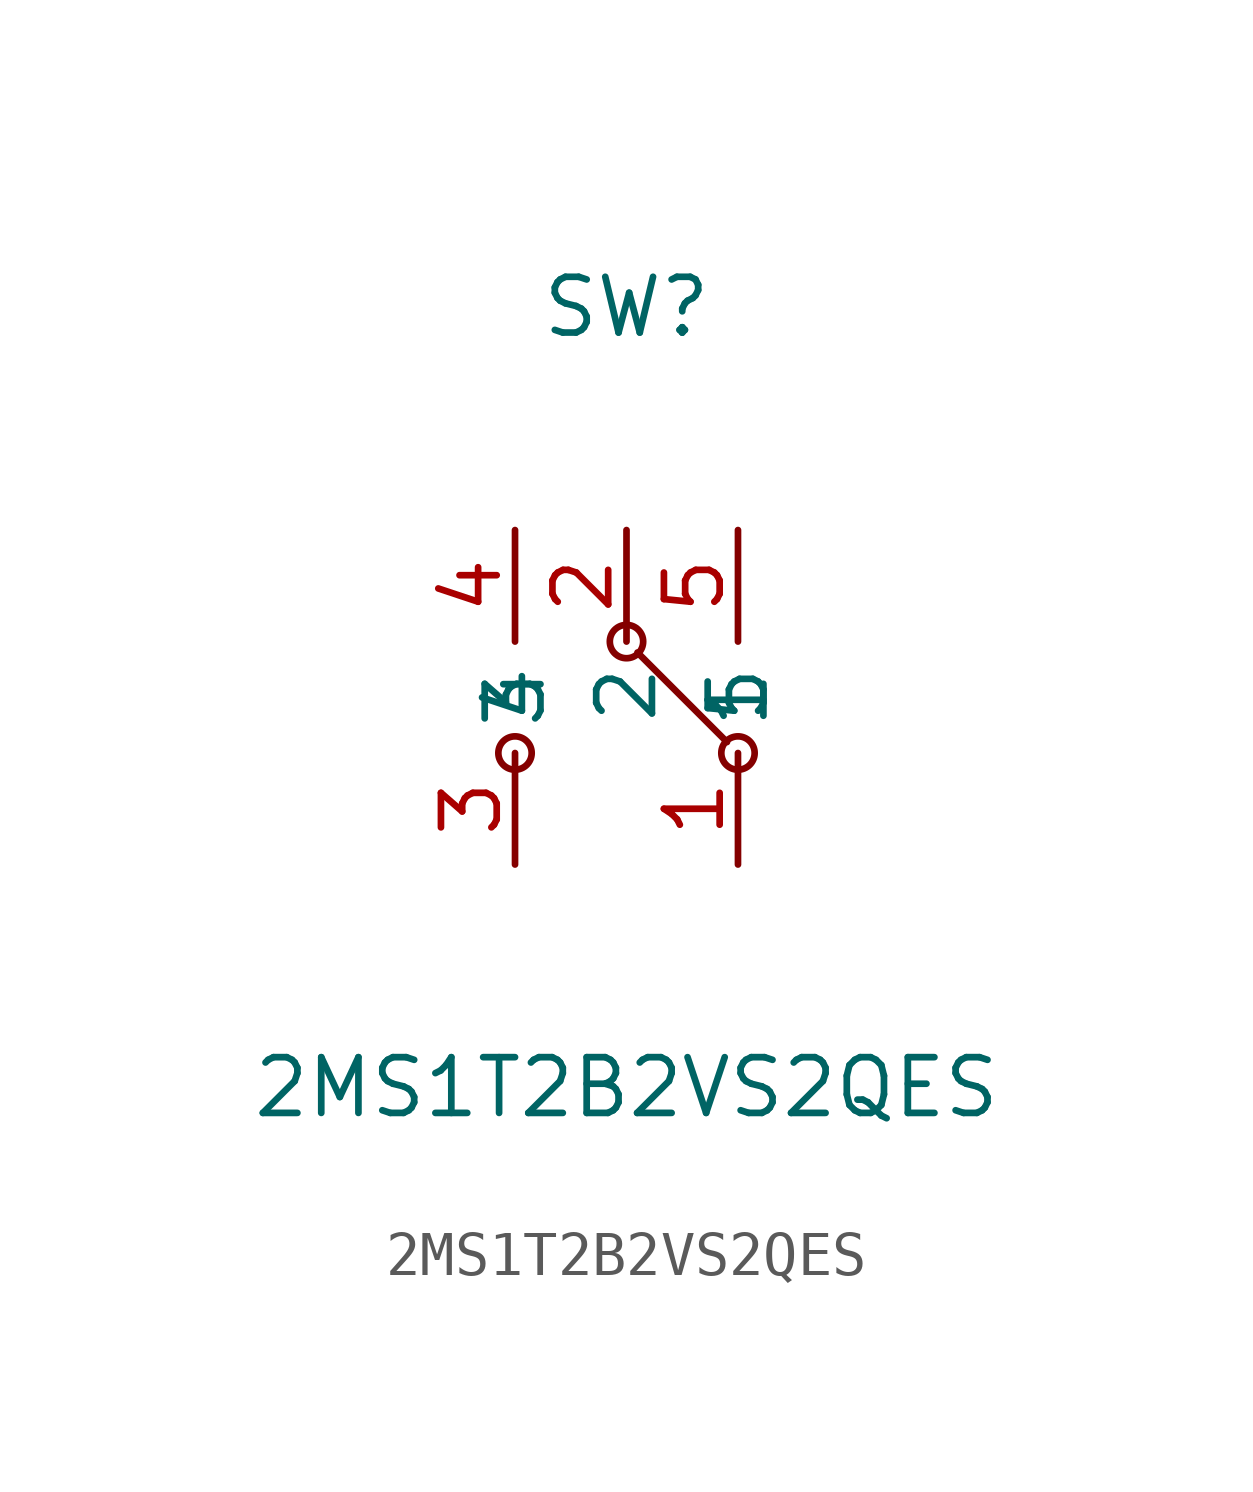
<source format=kicad_sym>
(kicad_symbol_lib
  (version 20211014)
  (generator https://github.com/uPesy/easyeda2kicad.py)
  (symbol "2MS1T2B2VS2QES"
    (property "Reference" "SW"
      (at 0 7.62 0)
      (effects (font (size 1.27 1.27))))
    (property "Value" "2MS1T2B2VS2QES"
      (at 0 -10.16 0)
      (effects (font (size 1.27 1.27))))
    (symbol "2MS1T2B2VS2QES_0_1"
      (circle (center -2.54 -2.54) (radius 0.38) (stroke (width 0) (type default) (color 0 0 0 0)) (fill (type none)))
      (circle (center 2.54 -2.54) (radius 0.38) (stroke (width 0) (type default) (color 0 0 0 0)) (fill (type none)))
      (circle (center 0.00 -0.00) (radius 0.38) (stroke (width 0) (type default) (color 0 0 0 0)) (fill (type none)))
      (polyline (pts (xy 0.25 -0.25) (xy 2.29 -2.29)) (stroke (width 0) (type default) (color 0 0 0 0)) (fill (type none)))
      (pin unspecified line (at 2.54 -5.08 90) (length 2.54) (name "1" (effects (font (size 1.27 1.27)))) (number "1" (effects (font (size 1.27 1.27)))))
      (pin unspecified line (at 0.00 2.54 270) (length 2.54) (name "2" (effects (font (size 1.27 1.27)))) (number "2" (effects (font (size 1.27 1.27)))))
      (pin unspecified line (at -2.54 -5.08 90) (length 2.54) (name "3" (effects (font (size 1.27 1.27)))) (number "3" (effects (font (size 1.27 1.27)))))
      (pin unspecified line (at 2.54 2.54 270) (length 2.54) (name "5" (effects (font (size 1.27 1.27)))) (number "5" (effects (font (size 1.27 1.27)))))
      (pin unspecified line (at -2.54 2.54 270) (length 2.54) (name "4" (effects (font (size 1.27 1.27)))) (number "4" (effects (font (size 1.27 1.27))))))))
</source>
